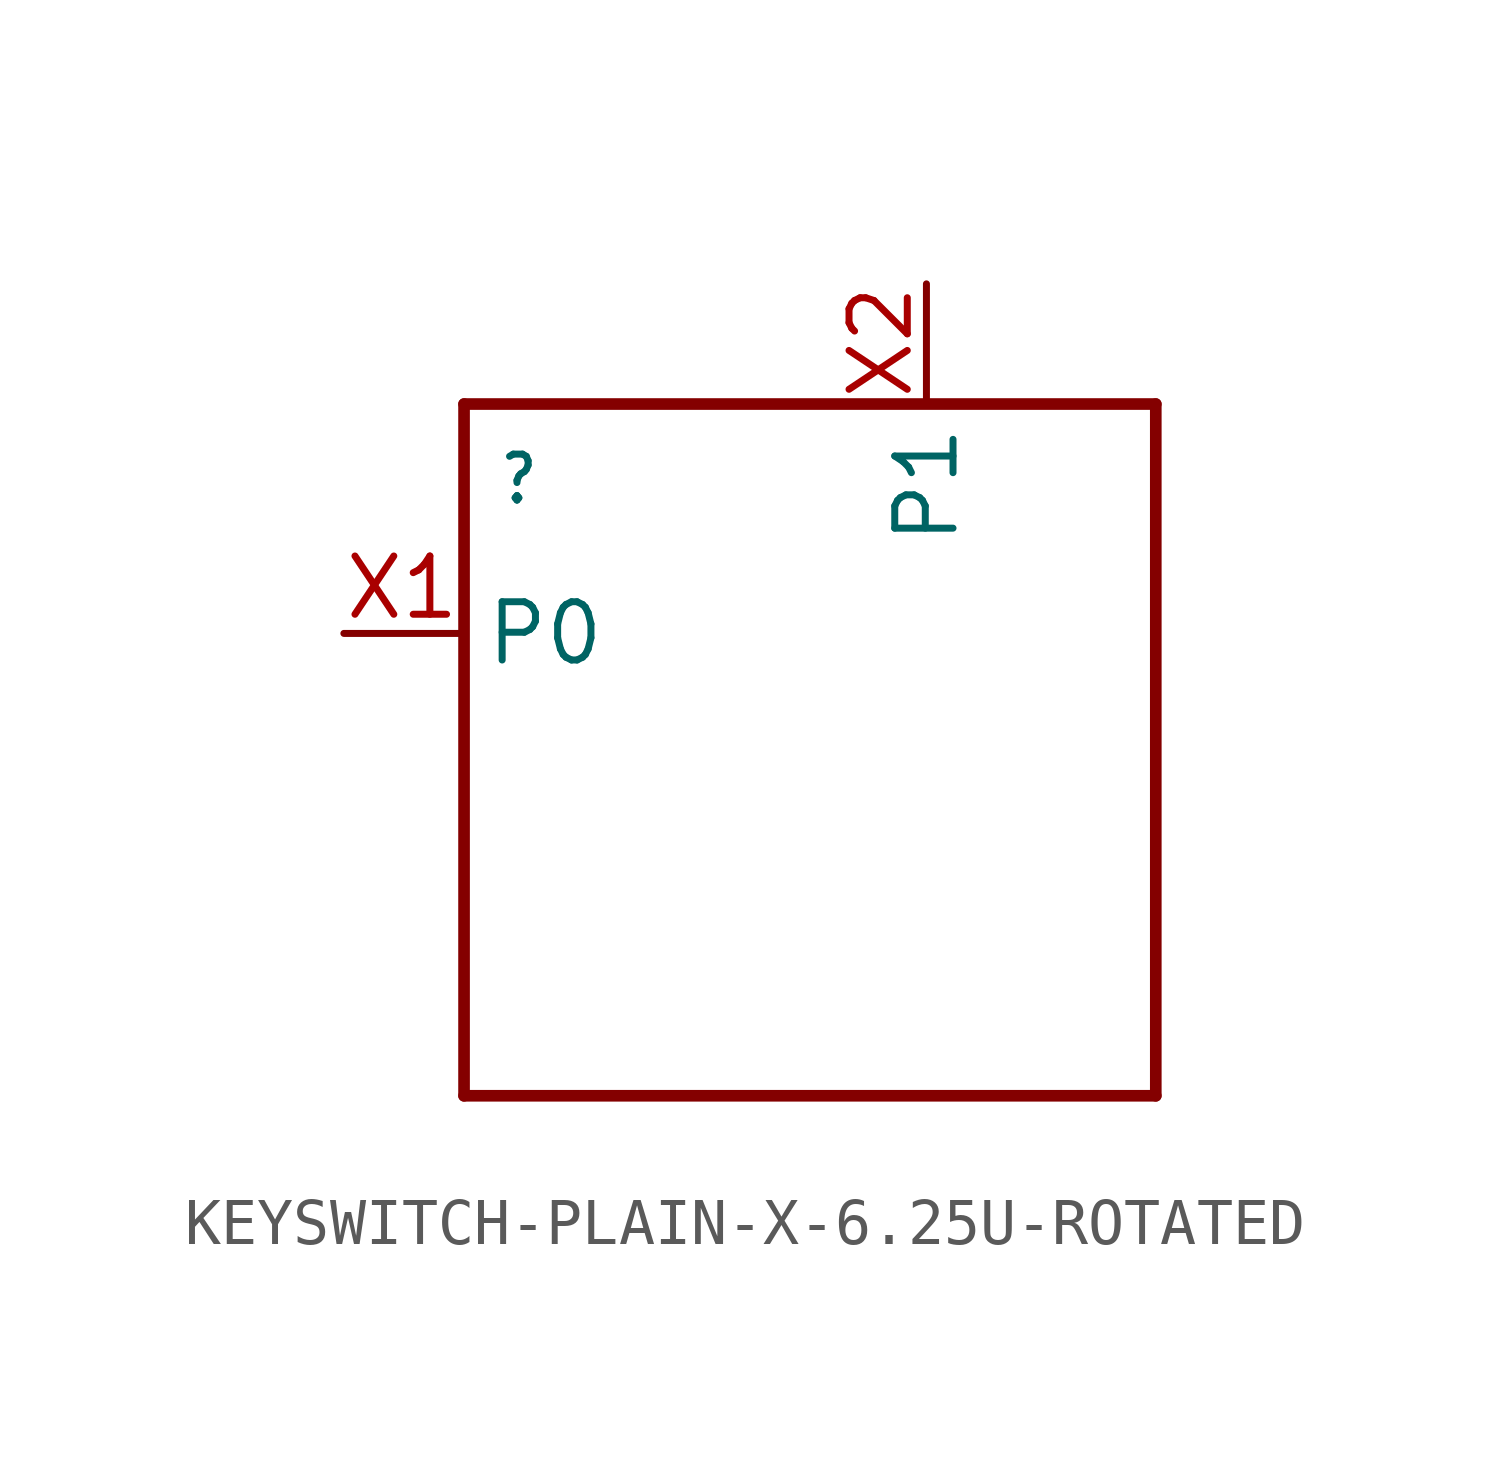
<source format=kicad_sym>
(kicad_symbol_lib
  (version 20211014)
  (generator kicad_symbol_editor)
  (symbol "KEYSWITCH-PLAIN-X-6.25U-ROTATED"
    (property "Reference" ""
      (at -6.81 5.318 0)
      (effects (font (size 1 0.85)) (justify left bottom)))
    (property "ki_locked" ""
      (at 0 0 0)
      (effects (font (size 1.27 1.27))))
    (symbol "KEYSWITCH-PLAIN-X-6.25U-ROTATED_1_0"
      (polyline (pts (xy -7.54 -7.54) (xy -7.54 7.54)) (stroke (width 0.254) (type default) (color 0 0 0 0)) (fill (type none)))
      (polyline (pts (xy -7.54 7.54) (xy 7.54 7.54)) (stroke (width 0.254) (type default) (color 0 0 0 0)) (fill (type none)))
      (polyline (pts (xy 7.54 -7.54) (xy -7.54 -7.54)) (stroke (width 0.254) (type default) (color 0 0 0 0)) (fill (type none)))
      (polyline (pts (xy 7.54 7.54) (xy 7.54 -7.54)) (stroke (width 0.254) (type default) (color 0 0 0 0)) (fill (type none)))
      (pin bidirectional line (at -10.16 2.54 0) (length 2.54) (name "P0" (effects (font (size 1.27 1.27)))) (number "X1" (effects (font (size 1.27 1.27)))))
      (pin bidirectional line (at 2.54 10.16 270) (length 2.54) (name "P1" (effects (font (size 1.27 1.27)))) (number "X2" (effects (font (size 1.27 1.27))))))))
</source>
